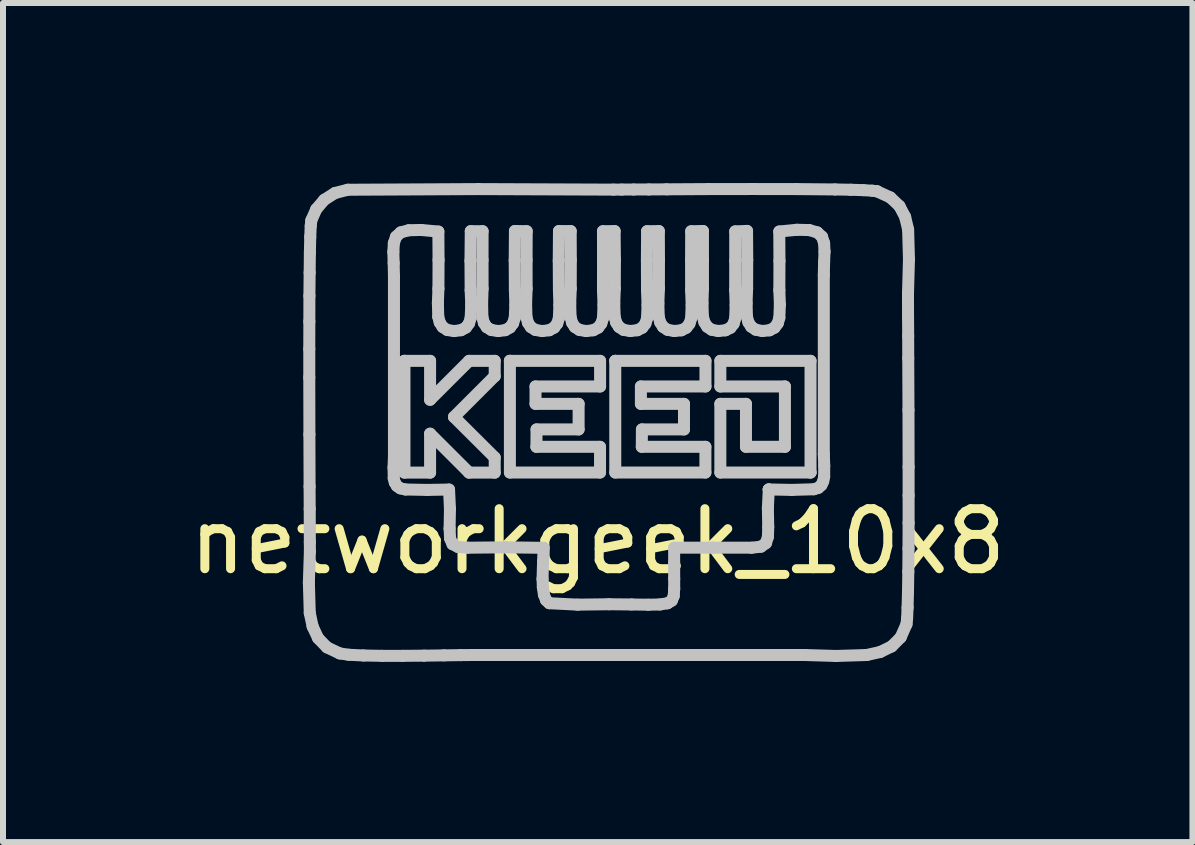
<source format=kicad_pcb>
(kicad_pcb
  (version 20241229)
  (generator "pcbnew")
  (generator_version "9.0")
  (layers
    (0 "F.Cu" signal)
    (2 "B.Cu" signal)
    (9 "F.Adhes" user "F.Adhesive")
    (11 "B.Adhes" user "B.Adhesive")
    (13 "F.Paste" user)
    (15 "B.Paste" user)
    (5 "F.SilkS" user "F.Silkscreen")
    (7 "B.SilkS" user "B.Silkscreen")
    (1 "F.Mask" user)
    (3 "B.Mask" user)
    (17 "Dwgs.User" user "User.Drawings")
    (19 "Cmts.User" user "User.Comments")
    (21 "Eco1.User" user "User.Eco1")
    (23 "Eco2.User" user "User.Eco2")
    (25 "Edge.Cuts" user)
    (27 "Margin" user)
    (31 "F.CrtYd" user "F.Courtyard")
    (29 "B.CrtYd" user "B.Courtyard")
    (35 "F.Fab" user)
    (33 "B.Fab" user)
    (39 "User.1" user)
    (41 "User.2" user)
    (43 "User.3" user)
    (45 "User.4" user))
  (footprint "networkgeek_10x8"
    (layer "F.Cu")
    (at 6.911 5.472)
    (property "Reference" "networkgeek_10x8" (at 0 0.5 0) (layer "F.SilkS") (effects (font (size 1 1) (thickness 0.15))))
    (attr through_hole)
    (fp_line (start -4.814 1.185) (end -4.797 0.665) (stroke (width 0.2) (type solid)) (layer "Dwgs.User"))
    (fp_line (start -4.807 -2.706) (end -4.806 -3.164) (stroke (width 0.2) (type solid)) (layer "Dwgs.User"))
    (fp_line (start -4.807 -2.231) (end -4.807 -2.706) (stroke (width 0.2) (type solid)) (layer "Dwgs.User"))
    (fp_line (start -4.806 -3.164) (end -4.805 -3.592) (stroke (width 0.2) (type solid)) (layer "Dwgs.User"))
    (fp_line (start -4.805 -1.281) (end -4.807 -2.231) (stroke (width 0.2) (type solid)) (layer "Dwgs.User"))
    (fp_line (start -4.805 -3.592) (end -4.801 -3.979) (stroke (width 0.2) (type solid)) (layer "Dwgs.User"))
    (fp_line (start -4.802 -0.415) (end -4.805 -1.281) (stroke (width 0.2) (type solid)) (layer "Dwgs.User"))
    (fp_line (start -4.801 -3.979) (end -4.797 -4.31) (stroke (width 0.2) (type solid)) (layer "Dwgs.User"))
    (fp_line (start -4.8 -0.044) (end -4.802 -0.415) (stroke (width 0.2) (type solid)) (layer "Dwgs.User"))
    (fp_line (start -4.799 1.693) (end -4.814 1.185) (stroke (width 0.2) (type solid)) (layer "Dwgs.User"))
    (fp_line (start -4.799 0.268) (end -4.8 -0.044) (stroke (width 0.2) (type solid)) (layer "Dwgs.User"))
    (fp_line (start -4.798 0.508) (end -4.799 0.268) (stroke (width 0.2) (type solid)) (layer "Dwgs.User"))
    (fp_line (start -4.797 0.665) (end -4.798 0.508) (stroke (width 0.2) (type solid)) (layer "Dwgs.User"))
    (fp_line (start -4.797 -4.31) (end -4.791 -4.574) (stroke (width 0.2) (type solid)) (layer "Dwgs.User"))
    (fp_line (start -4.791 -4.574) (end -4.783 -4.759) (stroke (width 0.2) (type solid)) (layer "Dwgs.User"))
    (fp_line (start -4.783 -4.759) (end -4.773 -4.85) (stroke (width 0.2) (type solid)) (layer "Dwgs.User"))
    (fp_line (start -4.773 -4.85) (end -4.691 -5.036) (stroke (width 0.2) (type solid)) (layer "Dwgs.User"))
    (fp_line (start -4.751 1.919) (end -4.799 1.693) (stroke (width 0.2) (type solid)) (layer "Dwgs.User"))
    (fp_line (start -4.691 -5.036) (end -4.557 -5.193) (stroke (width 0.2) (type solid)) (layer "Dwgs.User"))
    (fp_line (start -4.66 2.113) (end -4.751 1.919) (stroke (width 0.2) (type solid)) (layer "Dwgs.User"))
    (fp_line (start -4.557 -5.193) (end -4.378 -5.306) (stroke (width 0.2) (type solid)) (layer "Dwgs.User"))
    (fp_line (start -4.513 2.265) (end -4.66 2.113) (stroke (width 0.2) (type solid)) (layer "Dwgs.User"))
    (fp_line (start -4.378 -5.306) (end -4.165 -5.36) (stroke (width 0.2) (type solid)) (layer "Dwgs.User"))
    (fp_line (start -4.299 2.367) (end -4.513 2.265) (stroke (width 0.2) (type solid)) (layer "Dwgs.User"))
    (fp_line (start -4.165 -5.36) (end -1.992 -5.371) (stroke (width 0.2) (type solid)) (layer "Dwgs.User"))
    (fp_line (start -4.149 2.389) (end -4.299 2.367) (stroke (width 0.2) (type solid)) (layer "Dwgs.User"))
    (fp_line (start -3.904 2.401) (end -4.149 2.389) (stroke (width 0.2) (type solid)) (layer "Dwgs.User"))
    (fp_line (start -3.593 2.407) (end -3.904 2.401) (stroke (width 0.2) (type solid)) (layer "Dwgs.User"))
    (fp_line (start -3.406 -4.325) (end -3.398 -4.47) (stroke (width 0.2) (type solid)) (layer "Dwgs.User"))
    (fp_line (start -3.403 -0.731) (end -3.396 -0.929) (stroke (width 0.2) (type solid)) (layer "Dwgs.User"))
    (fp_line (start -3.401 -4.14) (end -3.406 -4.325) (stroke (width 0.2) (type solid)) (layer "Dwgs.User"))
    (fp_line (start -3.4 -0.554) (end -3.403 -0.731) (stroke (width 0.2) (type solid)) (layer "Dwgs.User"))
    (fp_line (start -3.398 -4.47) (end -3.362 -4.577) (stroke (width 0.2) (type solid)) (layer "Dwgs.User"))
    (fp_line (start -3.396 -3.913) (end -3.401 -4.14) (stroke (width 0.2) (type solid)) (layer "Dwgs.User"))
    (fp_line (start -3.396 -0.929) (end -3.396 -3.913) (stroke (width 0.2) (type solid)) (layer "Dwgs.User"))
    (fp_line (start -3.382 -0.482) (end -3.4 -0.554) (stroke (width 0.2) (type solid)) (layer "Dwgs.User"))
    (fp_line (start -3.362 -4.577) (end -3.284 -4.649) (stroke (width 0.2) (type solid)) (layer "Dwgs.User"))
    (fp_line (start -3.347 -0.424) (end -3.382 -0.482) (stroke (width 0.2) (type solid)) (layer "Dwgs.User"))
    (fp_line (start -3.29 -0.384) (end -3.347 -0.424) (stroke (width 0.2) (type solid)) (layer "Dwgs.User"))
    (fp_line (start -3.284 -4.649) (end -3.15 -4.685) (stroke (width 0.2) (type solid)) (layer "Dwgs.User"))
    (fp_line (start -3.247 2.407) (end -3.593 2.407) (stroke (width 0.2) (type solid)) (layer "Dwgs.User"))
    (fp_line (start -3.221 -2.509) (end -3.221 -2.509) (stroke (width 0.2) (type solid)) (layer "Dwgs.User"))
    (fp_line (start -3.221 -2.509) (end -2.794 -2.509) (stroke (width 0.2) (type solid)) (layer "Dwgs.User"))
    (fp_line (start -3.221 -0.646) (end -3.221 -2.509) (stroke (width 0.2) (type solid)) (layer "Dwgs.User"))
    (fp_line (start -3.205 -0.365) (end -3.29 -0.384) (stroke (width 0.2) (type solid)) (layer "Dwgs.User"))
    (fp_line (start -3.15 -4.685) (end -2.945 -4.69) (stroke (width 0.2) (type solid)) (layer "Dwgs.User"))
    (fp_line (start -2.945 -4.69) (end -2.656 -4.663) (stroke (width 0.2) (type solid)) (layer "Dwgs.User"))
    (fp_line (start -2.894 2.404) (end -3.247 2.407) (stroke (width 0.2) (type solid)) (layer "Dwgs.User"))
    (fp_line (start -2.845 -0.358) (end -3.205 -0.365) (stroke (width 0.2) (type solid)) (layer "Dwgs.User"))
    (fp_line (start -2.794 -2.509) (end -2.794 -1.86) (stroke (width 0.2) (type solid)) (layer "Dwgs.User"))
    (fp_line (start -2.794 -1.86) (end -2.144 -2.509) (stroke (width 0.2) (type solid)) (layer "Dwgs.User"))
    (fp_line (start -2.794 -1.295) (end -2.794 -0.646) (stroke (width 0.2) (type solid)) (layer "Dwgs.User"))
    (fp_line (start -2.794 -0.646) (end -3.221 -0.646) (stroke (width 0.2) (type solid)) (layer "Dwgs.User"))
    (fp_line (start -2.664 -3.473) (end -2.658 -3.244) (stroke (width 0.2) (type solid)) (layer "Dwgs.User"))
    (fp_line (start -2.658 -3.244) (end -2.633 -3.148) (stroke (width 0.2) (type solid)) (layer "Dwgs.User"))
    (fp_line (start -2.656 -4.663) (end -2.653 -4.187) (stroke (width 0.2) (type solid)) (layer "Dwgs.User"))
    (fp_line (start -2.655 -3.711) (end -2.664 -3.473) (stroke (width 0.2) (type solid)) (layer "Dwgs.User"))
    (fp_line (start -2.653 -4.187) (end -2.655 -3.711) (stroke (width 0.2) (type solid)) (layer "Dwgs.User"))
    (fp_line (start -2.633 -3.148) (end -2.585 -3.073) (stroke (width 0.2) (type solid)) (layer "Dwgs.User"))
    (fp_line (start -2.585 -3.073) (end -2.507 -3.023) (stroke (width 0.2) (type solid)) (layer "Dwgs.User"))
    (fp_line (start -2.563 2.399) (end -2.894 2.404) (stroke (width 0.2) (type solid)) (layer "Dwgs.User"))
    (fp_line (start -2.507 -3.023) (end -2.394 -3.005) (stroke (width 0.2) (type solid)) (layer "Dwgs.User"))
    (fp_line (start -2.478 -0.364) (end -2.845 -0.358) (stroke (width 0.2) (type solid)) (layer "Dwgs.User"))
    (fp_line (start -2.469 0.286) (end -2.463 -0.044) (stroke (width 0.2) (type solid)) (layer "Dwgs.User"))
    (fp_line (start -2.463 -0.044) (end -2.478 -0.364) (stroke (width 0.2) (type solid)) (layer "Dwgs.User"))
    (fp_line (start -2.461 0.449) (end -2.469 0.286) (stroke (width 0.2) (type solid)) (layer "Dwgs.User"))
    (fp_line (start -2.42 0.546) (end -2.461 0.449) (stroke (width 0.2) (type solid)) (layer "Dwgs.User"))
    (fp_line (start -2.396 -1.574) (end -1.717 -0.898) (stroke (width 0.2) (type solid)) (layer "Dwgs.User"))
    (fp_line (start -2.394 -3.005) (end -2.277 -3.02) (stroke (width 0.2) (type solid)) (layer "Dwgs.User"))
    (fp_line (start -2.329 0.593) (end -2.42 0.546) (stroke (width 0.2) (type solid)) (layer "Dwgs.User"))
    (fp_line (start -2.286 2.395) (end -2.563 2.399) (stroke (width 0.2) (type solid)) (layer "Dwgs.User"))
    (fp_line (start -2.277 -3.02) (end -2.196 -3.064) (stroke (width 0.2) (type solid)) (layer "Dwgs.User"))
    (fp_line (start -2.196 -3.064) (end -2.145 -3.133) (stroke (width 0.2) (type solid)) (layer "Dwgs.User"))
    (fp_line (start -2.167 0.605) (end -2.329 0.593) (stroke (width 0.2) (type solid)) (layer "Dwgs.User"))
    (fp_line (start -2.145 -3.133) (end -2.118 -3.222) (stroke (width 0.2) (type solid)) (layer "Dwgs.User"))
    (fp_line (start -2.144 -2.509) (end -1.717 -2.509) (stroke (width 0.2) (type solid)) (layer "Dwgs.User"))
    (fp_line (start -2.144 -0.646) (end -2.794 -1.295) (stroke (width 0.2) (type solid)) (layer "Dwgs.User"))
    (fp_line (start -2.121 -4.177) (end -2.116 -4.67) (stroke (width 0.2) (type solid)) (layer "Dwgs.User"))
    (fp_line (start -2.118 -3.686) (end -2.121 -4.177) (stroke (width 0.2) (type solid)) (layer "Dwgs.User"))
    (fp_line (start -2.118 -3.222) (end -2.108 -3.441) (stroke (width 0.2) (type solid)) (layer "Dwgs.User"))
    (fp_line (start -2.116 -4.67) (end -1.919 -4.669) (stroke (width 0.2) (type solid)) (layer "Dwgs.User"))
    (fp_line (start -2.108 -3.441) (end -2.118 -3.686) (stroke (width 0.2) (type solid)) (layer "Dwgs.User"))
    (fp_line (start -2.09 2.393) (end -2.286 2.395) (stroke (width 0.2) (type solid)) (layer "Dwgs.User"))
    (fp_line (start -1.992 -5.371) (end 0.262 -5.362) (stroke (width 0.2) (type solid)) (layer "Dwgs.User"))
    (fp_line (start -1.927 -3.46) (end -1.922 -3.234) (stroke (width 0.2) (type solid)) (layer "Dwgs.User"))
    (fp_line (start -1.922 -3.234) (end -1.898 -3.142) (stroke (width 0.2) (type solid)) (layer "Dwgs.User"))
    (fp_line (start -1.92 -4.189) (end -1.919 -3.712) (stroke (width 0.2) (type solid)) (layer "Dwgs.User"))
    (fp_line (start -1.919 -3.712) (end -1.927 -3.46) (stroke (width 0.2) (type solid)) (layer "Dwgs.User"))
    (fp_line (start -1.919 -4.669) (end -1.92 -4.189) (stroke (width 0.2) (type solid)) (layer "Dwgs.User"))
    (fp_line (start -1.898 -3.142) (end -1.85 -3.07) (stroke (width 0.2) (type solid)) (layer "Dwgs.User"))
    (fp_line (start -1.85 -3.07) (end -1.773 -3.023) (stroke (width 0.2) (type solid)) (layer "Dwgs.User"))
    (fp_line (start -1.773 -3.023) (end -1.659 -3.005) (stroke (width 0.2) (type solid)) (layer "Dwgs.User"))
    (fp_line (start -1.717 -2.509) (end -1.717 -2.253) (stroke (width 0.2) (type solid)) (layer "Dwgs.User"))
    (fp_line (start -1.717 -2.253) (end -2.396 -1.574) (stroke (width 0.2) (type solid)) (layer "Dwgs.User"))
    (fp_line (start -1.717 -0.898) (end -1.717 -0.646) (stroke (width 0.2) (type solid)) (layer "Dwgs.User"))
    (fp_line (start -1.717 -0.646) (end -2.144 -0.646) (stroke (width 0.2) (type solid)) (layer "Dwgs.User"))
    (fp_line (start -1.659 -3.005) (end -1.542 -3.02) (stroke (width 0.2) (type solid)) (layer "Dwgs.User"))
    (fp_line (start -1.542 -3.02) (end -1.462 -3.065) (stroke (width 0.2) (type solid)) (layer "Dwgs.User"))
    (fp_line (start -1.534 0.599) (end -2.167 0.605) (stroke (width 0.2) (type solid)) (layer "Dwgs.User"))
    (fp_line (start -1.464 -0.648) (end -1.464 -2.509) (stroke (width 0.2) (type solid)) (layer "Dwgs.User"))
    (fp_line (start -1.464 -2.509) (end -1.464 -2.509) (stroke (width 0.2) (type solid)) (layer "Dwgs.User"))
    (fp_line (start -1.464 -2.509) (end 0.039 -2.509) (stroke (width 0.2) (type solid)) (layer "Dwgs.User"))
    (fp_line (start -1.462 -3.065) (end -1.411 -3.134) (stroke (width 0.2) (type solid)) (layer "Dwgs.User"))
    (fp_line (start -1.411 -3.134) (end -1.383 -3.224) (stroke (width 0.2) (type solid)) (layer "Dwgs.User"))
    (fp_line (start -1.384 -4.18) (end -1.38 -4.673) (stroke (width 0.2) (type solid)) (layer "Dwgs.User"))
    (fp_line (start -1.383 -3.224) (end -1.373 -3.444) (stroke (width 0.2) (type solid)) (layer "Dwgs.User"))
    (fp_line (start -1.381 -3.686) (end -1.384 -4.18) (stroke (width 0.2) (type solid)) (layer "Dwgs.User"))
    (fp_line (start -1.38 -4.673) (end -1.184 -4.669) (stroke (width 0.2) (type solid)) (layer "Dwgs.User"))
    (fp_line (start -1.373 -3.444) (end -1.381 -3.686) (stroke (width 0.2) (type solid)) (layer "Dwgs.User"))
    (fp_line (start -1.194 -3.463) (end -1.188 -3.237) (stroke (width 0.2) (type solid)) (layer "Dwgs.User"))
    (fp_line (start -1.188 -3.237) (end -1.163 -3.144) (stroke (width 0.2) (type solid)) (layer "Dwgs.User"))
    (fp_line (start -1.186 -4.19) (end -1.185 -3.712) (stroke (width 0.2) (type solid)) (layer "Dwgs.User"))
    (fp_line (start -1.185 -3.712) (end -1.194 -3.463) (stroke (width 0.2) (type solid)) (layer "Dwgs.User"))
    (fp_line (start -1.184 -4.669) (end -1.186 -4.19) (stroke (width 0.2) (type solid)) (layer "Dwgs.User"))
    (fp_line (start -1.163 -3.144) (end -1.116 -3.072) (stroke (width 0.2) (type solid)) (layer "Dwgs.User"))
    (fp_line (start -1.116 -3.072) (end -1.039 -3.024) (stroke (width 0.2) (type solid)) (layer "Dwgs.User"))
    (fp_line (start -1.039 -3.024) (end -0.927 -3.005) (stroke (width 0.2) (type solid)) (layer "Dwgs.User"))
    (fp_line (start -1.037 -2.082) (end -1.037 -1.792) (stroke (width 0.2) (type solid)) (layer "Dwgs.User"))
    (fp_line (start -1.037 -1.792) (end -0.319 -1.792) (stroke (width 0.2) (type solid)) (layer "Dwgs.User"))
    (fp_line (start -1.022 -1.076) (end 0.038 -1.076) (stroke (width 0.2) (type solid)) (layer "Dwgs.User"))
    (fp_line (start -1.02 -1.366) (end -1.022 -1.076) (stroke (width 0.2) (type solid)) (layer "Dwgs.User"))
    (fp_line (start -0.927 -3.005) (end -0.808 -3.019) (stroke (width 0.2) (type solid)) (layer "Dwgs.User"))
    (fp_line (start -0.92 1.126) (end -0.911 0.837) (stroke (width 0.2) (type solid)) (layer "Dwgs.User"))
    (fp_line (start -0.915 1.265) (end -0.92 1.126) (stroke (width 0.2) (type solid)) (layer "Dwgs.User"))
    (fp_line (start -0.911 0.837) (end -0.902 0.607) (stroke (width 0.2) (type solid)) (layer "Dwgs.User"))
    (fp_line (start -0.902 0.607) (end -1.534 0.599) (stroke (width 0.2) (type solid)) (layer "Dwgs.User"))
    (fp_line (start -0.897 1.387) (end -0.915 1.265) (stroke (width 0.2) (type solid)) (layer "Dwgs.User"))
    (fp_line (start -0.862 1.479) (end -0.897 1.387) (stroke (width 0.2) (type solid)) (layer "Dwgs.User"))
    (fp_line (start -0.808 -3.019) (end -0.726 -3.063) (stroke (width 0.2) (type solid)) (layer "Dwgs.User"))
    (fp_line (start -0.807 1.53) (end -0.862 1.479) (stroke (width 0.2) (type solid)) (layer "Dwgs.User"))
    (fp_line (start -0.726 -3.063) (end -0.675 -3.131) (stroke (width 0.2) (type solid)) (layer "Dwgs.User"))
    (fp_line (start -0.675 -3.131) (end -0.648 -3.22) (stroke (width 0.2) (type solid)) (layer "Dwgs.User"))
    (fp_line (start -0.65 -4.179) (end -0.646 -4.672) (stroke (width 0.2) (type solid)) (layer "Dwgs.User"))
    (fp_line (start -0.648 -3.22) (end -0.639 -3.44) (stroke (width 0.2) (type solid)) (layer "Dwgs.User"))
    (fp_line (start -0.647 -3.686) (end -0.65 -4.179) (stroke (width 0.2) (type solid)) (layer "Dwgs.User"))
    (fp_line (start -0.646 -4.672) (end -0.451 -4.671) (stroke (width 0.2) (type solid)) (layer "Dwgs.User"))
    (fp_line (start -0.639 -3.44) (end -0.647 -3.686) (stroke (width 0.2) (type solid)) (layer "Dwgs.User"))
    (fp_line (start -0.459 -3.464) (end -0.453 -3.239) (stroke (width 0.2) (type solid)) (layer "Dwgs.User"))
    (fp_line (start -0.453 -3.239) (end -0.429 -3.146) (stroke (width 0.2) (type solid)) (layer "Dwgs.User"))
    (fp_line (start -0.451 -4.671) (end -0.449 -4.191) (stroke (width 0.2) (type solid)) (layer "Dwgs.User"))
    (fp_line (start -0.45 -3.712) (end -0.459 -3.464) (stroke (width 0.2) (type solid)) (layer "Dwgs.User"))
    (fp_line (start -0.449 -4.191) (end -0.45 -3.712) (stroke (width 0.2) (type solid)) (layer "Dwgs.User"))
    (fp_line (start -0.429 -3.146) (end -0.382 -3.073) (stroke (width 0.2) (type solid)) (layer "Dwgs.User"))
    (fp_line (start -0.382 -3.073) (end -0.305 -3.024) (stroke (width 0.2) (type solid)) (layer "Dwgs.User"))
    (fp_line (start -0.335 1.554) (end -0.807 1.53) (stroke (width 0.2) (type solid)) (layer "Dwgs.User"))
    (fp_line (start -0.319 -1.792) (end -0.319 -1.366) (stroke (width 0.2) (type solid)) (layer "Dwgs.User"))
    (fp_line (start -0.319 -1.366) (end -1.02 -1.366) (stroke (width 0.2) (type solid)) (layer "Dwgs.User"))
    (fp_line (start -0.305 -3.024) (end -0.193 -3.005) (stroke (width 0.2) (type solid)) (layer "Dwgs.User"))
    (fp_line (start -0.193 -3.005) (end -0.074 -3.019) (stroke (width 0.2) (type solid)) (layer "Dwgs.User"))
    (fp_line (start -0.074 -3.019) (end 0.008 -3.062) (stroke (width 0.2) (type solid)) (layer "Dwgs.User"))
    (fp_line (start 0.008 -3.062) (end 0.059 -3.13) (stroke (width 0.2) (type solid)) (layer "Dwgs.User"))
    (fp_line (start 0.038 -1.076) (end 0.038 -0.648) (stroke (width 0.2) (type solid)) (layer "Dwgs.User"))
    (fp_line (start 0.038 -0.648) (end -1.464 -0.648) (stroke (width 0.2) (type solid)) (layer "Dwgs.User"))
    (fp_line (start 0.039 -2.509) (end 0.039 -2.082) (stroke (width 0.2) (type solid)) (layer "Dwgs.User"))
    (fp_line (start 0.039 -2.082) (end -1.037 -2.082) (stroke (width 0.2) (type solid)) (layer "Dwgs.User"))
    (fp_line (start 0.059 -3.13) (end 0.087 -3.219) (stroke (width 0.2) (type solid)) (layer "Dwgs.User"))
    (fp_line (start 0.087 -4.669) (end 0.281 -4.671) (stroke (width 0.2) (type solid)) (layer "Dwgs.User"))
    (fp_line (start 0.087 -3.219) (end 0.096 -3.44) (stroke (width 0.2) (type solid)) (layer "Dwgs.User"))
    (fp_line (start 0.087 -3.686) (end 0.088 -4.178) (stroke (width 0.2) (type solid)) (layer "Dwgs.User"))
    (fp_line (start 0.088 -4.178) (end 0.087 -4.669) (stroke (width 0.2) (type solid)) (layer "Dwgs.User"))
    (fp_line (start 0.096 -3.44) (end 0.087 -3.686) (stroke (width 0.2) (type solid)) (layer "Dwgs.User"))
    (fp_line (start 0.186 1.547) (end -0.335 1.554) (stroke (width 0.2) (type solid)) (layer "Dwgs.User"))
    (fp_line (start 0.262 -5.362) (end 0.399 -5.363) (stroke (width 0.2) (type solid)) (layer "Dwgs.User"))
    (fp_line (start 0.275 -3.466) (end 0.282 -3.24) (stroke (width 0.2) (type solid)) (layer "Dwgs.User"))
    (fp_line (start 0.281 -4.671) (end 0.286 -4.191) (stroke (width 0.2) (type solid)) (layer "Dwgs.User"))
    (fp_line (start 0.282 -3.24) (end 0.307 -3.147) (stroke (width 0.2) (type solid)) (layer "Dwgs.User"))
    (fp_line (start 0.284 -3.712) (end 0.275 -3.466) (stroke (width 0.2) (type solid)) (layer "Dwgs.User"))
    (fp_line (start 0.286 -4.191) (end 0.284 -3.712) (stroke (width 0.2) (type solid)) (layer "Dwgs.User"))
    (fp_line (start 0.292 -0.648) (end 0.292 -2.509) (stroke (width 0.2) (type solid)) (layer "Dwgs.User"))
    (fp_line (start 0.292 -2.509) (end 0.292 -2.509) (stroke (width 0.2) (type solid)) (layer "Dwgs.User"))
    (fp_line (start 0.292 -2.509) (end 1.795 -2.509) (stroke (width 0.2) (type solid)) (layer "Dwgs.User"))
    (fp_line (start 0.307 -3.147) (end 0.354 -3.074) (stroke (width 0.2) (type solid)) (layer "Dwgs.User"))
    (fp_line (start 0.354 -3.074) (end 0.43 -3.025) (stroke (width 0.2) (type solid)) (layer "Dwgs.User"))
    (fp_line (start 0.399 -5.363) (end 0.598 -5.364) (stroke (width 0.2) (type solid)) (layer "Dwgs.User"))
    (fp_line (start 0.43 -3.025) (end 0.54 -3.006) (stroke (width 0.2) (type solid)) (layer "Dwgs.User"))
    (fp_line (start 0.54 -3.006) (end 0.66 -3.019) (stroke (width 0.2) (type solid)) (layer "Dwgs.User"))
    (fp_line (start 0.563 1.551) (end 0.186 1.547) (stroke (width 0.2) (type solid)) (layer "Dwgs.User"))
    (fp_line (start 0.598 -5.364) (end 0.851 -5.365) (stroke (width 0.2) (type solid)) (layer "Dwgs.User"))
    (fp_line (start 0.66 -3.019) (end 0.742 -3.061) (stroke (width 0.2) (type solid)) (layer "Dwgs.User"))
    (fp_line (start 0.719 -2.082) (end 0.719 -1.792) (stroke (width 0.2) (type solid)) (layer "Dwgs.User"))
    (fp_line (start 0.719 -1.792) (end 1.437 -1.792) (stroke (width 0.2) (type solid)) (layer "Dwgs.User"))
    (fp_line (start 0.734 -1.076) (end 1.794 -1.076) (stroke (width 0.2) (type solid)) (layer "Dwgs.User"))
    (fp_line (start 0.736 -1.366) (end 0.734 -1.076) (stroke (width 0.2) (type solid)) (layer "Dwgs.User"))
    (fp_line (start 0.742 -3.061) (end 0.794 -3.129) (stroke (width 0.2) (type solid)) (layer "Dwgs.User"))
    (fp_line (start 0.794 -3.129) (end 0.821 -3.217) (stroke (width 0.2) (type solid)) (layer "Dwgs.User"))
    (fp_line (start 0.819 -4.178) (end 0.822 -4.669) (stroke (width 0.2) (type solid)) (layer "Dwgs.User"))
    (fp_line (start 0.821 -3.687) (end 0.819 -4.178) (stroke (width 0.2) (type solid)) (layer "Dwgs.User"))
    (fp_line (start 0.821 -3.217) (end 0.83 -3.438) (stroke (width 0.2) (type solid)) (layer "Dwgs.User"))
    (fp_line (start 0.822 -4.669) (end 1.018 -4.671) (stroke (width 0.2) (type solid)) (layer "Dwgs.User"))
    (fp_line (start 0.83 -3.438) (end 0.821 -3.687) (stroke (width 0.2) (type solid)) (layer "Dwgs.User"))
    (fp_line (start 0.842 1.555) (end 0.563 1.551) (stroke (width 0.2) (type solid)) (layer "Dwgs.User"))
    (fp_line (start 0.851 -5.365) (end 1.148 -5.367) (stroke (width 0.2) (type solid)) (layer "Dwgs.User"))
    (fp_line (start 1.01 -3.467) (end 1.016 -3.242) (stroke (width 0.2) (type solid)) (layer "Dwgs.User"))
    (fp_line (start 1.016 -3.242) (end 1.041 -3.149) (stroke (width 0.2) (type solid)) (layer "Dwgs.User"))
    (fp_line (start 1.018 -4.671) (end 1.02 -4.192) (stroke (width 0.2) (type solid)) (layer "Dwgs.User"))
    (fp_line (start 1.019 -3.712) (end 1.01 -3.467) (stroke (width 0.2) (type solid)) (layer "Dwgs.User"))
    (fp_line (start 1.02 -4.192) (end 1.019 -3.712) (stroke (width 0.2) (type solid)) (layer "Dwgs.User"))
    (fp_line (start 1.036 1.551) (end 0.842 1.555) (stroke (width 0.2) (type solid)) (layer "Dwgs.User"))
    (fp_line (start 1.041 -3.149) (end 1.088 -3.075) (stroke (width 0.2) (type solid)) (layer "Dwgs.User"))
    (fp_line (start 1.088 -3.075) (end 1.163 -3.026) (stroke (width 0.2) (type solid)) (layer "Dwgs.User"))
    (fp_line (start 1.148 -5.367) (end 1.834 -5.371) (stroke (width 0.2) (type solid)) (layer "Dwgs.User"))
    (fp_line (start 1.162 1.531) (end 1.036 1.551) (stroke (width 0.2) (type solid)) (layer "Dwgs.User"))
    (fp_line (start 1.163 -3.026) (end 1.274 -3.006) (stroke (width 0.2) (type solid)) (layer "Dwgs.User"))
    (fp_line (start 1.234 1.487) (end 1.162 1.531) (stroke (width 0.2) (type solid)) (layer "Dwgs.User"))
    (fp_line (start 1.266 1.409) (end 1.234 1.487) (stroke (width 0.2) (type solid)) (layer "Dwgs.User"))
    (fp_line (start 1.273 0.605) (end 1.273 0.863) (stroke (width 0.2) (type solid)) (layer "Dwgs.User"))
    (fp_line (start 1.273 0.863) (end 1.274 1.12) (stroke (width 0.2) (type solid)) (layer "Dwgs.User"))
    (fp_line (start 1.274 1.12) (end 1.274 1.289) (stroke (width 0.2) (type solid)) (layer "Dwgs.User"))
    (fp_line (start 1.274 -3.006) (end 1.394 -3.018) (stroke (width 0.2) (type solid)) (layer "Dwgs.User"))
    (fp_line (start 1.274 1.289) (end 1.266 1.409) (stroke (width 0.2) (type solid)) (layer "Dwgs.User"))
    (fp_line (start 1.394 -3.018) (end 1.476 -3.06) (stroke (width 0.2) (type solid)) (layer "Dwgs.User"))
    (fp_line (start 1.437 -1.792) (end 1.437 -1.366) (stroke (width 0.2) (type solid)) (layer "Dwgs.User"))
    (fp_line (start 1.437 -1.366) (end 0.736 -1.366) (stroke (width 0.2) (type solid)) (layer "Dwgs.User"))
    (fp_line (start 1.476 -3.06) (end 1.528 -3.127) (stroke (width 0.2) (type solid)) (layer "Dwgs.User"))
    (fp_line (start 1.528 -3.127) (end 1.556 -3.216) (stroke (width 0.2) (type solid)) (layer "Dwgs.User"))
    (fp_line (start 1.555 -4.177) (end 1.557 -4.668) (stroke (width 0.2) (type solid)) (layer "Dwgs.User"))
    (fp_line (start 1.556 -3.216) (end 1.565 -3.437) (stroke (width 0.2) (type solid)) (layer "Dwgs.User"))
    (fp_line (start 1.556 -3.687) (end 1.555 -4.177) (stroke (width 0.2) (type solid)) (layer "Dwgs.User"))
    (fp_line (start 1.557 -4.668) (end 1.753 -4.673) (stroke (width 0.2) (type solid)) (layer "Dwgs.User"))
    (fp_line (start 1.565 -3.437) (end 1.556 -3.687) (stroke (width 0.2) (type solid)) (layer "Dwgs.User"))
    (fp_line (start 1.745 -3.471) (end 1.752 -3.246) (stroke (width 0.2) (type solid)) (layer "Dwgs.User"))
    (fp_line (start 1.752 -3.246) (end 1.777 -3.152) (stroke (width 0.2) (type solid)) (layer "Dwgs.User"))
    (fp_line (start 1.753 -4.192) (end 1.753 -3.712) (stroke (width 0.2) (type solid)) (layer "Dwgs.User"))
    (fp_line (start 1.753 -3.712) (end 1.745 -3.471) (stroke (width 0.2) (type solid)) (layer "Dwgs.User"))
    (fp_line (start 1.753 -4.673) (end 1.753 -4.192) (stroke (width 0.2) (type solid)) (layer "Dwgs.User"))
    (fp_line (start 1.777 -3.152) (end 1.824 -3.077) (stroke (width 0.2) (type solid)) (layer "Dwgs.User"))
    (fp_line (start 1.794 -1.076) (end 1.794 -0.648) (stroke (width 0.2) (type solid)) (layer "Dwgs.User"))
    (fp_line (start 1.794 -0.648) (end 0.292 -0.648) (stroke (width 0.2) (type solid)) (layer "Dwgs.User"))
    (fp_line (start 1.795 -2.509) (end 1.795 -2.082) (stroke (width 0.2) (type solid)) (layer "Dwgs.User"))
    (fp_line (start 1.795 -2.082) (end 0.719 -2.082) (stroke (width 0.2) (type solid)) (layer "Dwgs.User"))
    (fp_line (start 1.824 -3.077) (end 1.898 -3.027) (stroke (width 0.2) (type solid)) (layer "Dwgs.User"))
    (fp_line (start 1.834 -5.371) (end 2.581 -5.372) (stroke (width 0.2) (type solid)) (layer "Dwgs.User"))
    (fp_line (start 1.898 -3.027) (end 2.007 -3.006) (stroke (width 0.2) (type solid)) (layer "Dwgs.User"))
    (fp_line (start 1.919 0.604) (end 1.273 0.605) (stroke (width 0.2) (type solid)) (layer "Dwgs.User"))
    (fp_line (start 2.007 -3.006) (end 2.129 -3.018) (stroke (width 0.2) (type solid)) (layer "Dwgs.User"))
    (fp_line (start 2.043 -2.509) (end 3.546 -2.509) (stroke (width 0.2) (type solid)) (layer "Dwgs.User"))
    (fp_line (start 2.043 -2.082) (end 2.043 -2.509) (stroke (width 0.2) (type solid)) (layer "Dwgs.User"))
    (fp_line (start 2.043 -1.792) (end 2.47 -1.792) (stroke (width 0.2) (type solid)) (layer "Dwgs.User"))
    (fp_line (start 2.043 -0.648) (end 2.043 -1.792) (stroke (width 0.2) (type solid)) (layer "Dwgs.User"))
    (fp_line (start 2.129 -3.018) (end 2.212 -3.06) (stroke (width 0.2) (type solid)) (layer "Dwgs.User"))
    (fp_line (start 2.212 -3.06) (end 2.264 -3.127) (stroke (width 0.2) (type solid)) (layer "Dwgs.User"))
    (fp_line (start 2.264 -3.127) (end 2.29 -3.216) (stroke (width 0.2) (type solid)) (layer "Dwgs.User"))
    (fp_line (start 2.29 -3.687) (end 2.291 -4.176) (stroke (width 0.2) (type solid)) (layer "Dwgs.User"))
    (fp_line (start 2.29 -3.216) (end 2.298 -3.436) (stroke (width 0.2) (type solid)) (layer "Dwgs.User"))
    (fp_line (start 2.291 -4.666) (end 2.488 -4.674) (stroke (width 0.2) (type solid)) (layer "Dwgs.User"))
    (fp_line (start 2.291 -4.176) (end 2.291 -4.666) (stroke (width 0.2) (type solid)) (layer "Dwgs.User"))
    (fp_line (start 2.298 -3.436) (end 2.29 -3.687) (stroke (width 0.2) (type solid)) (layer "Dwgs.User"))
    (fp_line (start 2.47 -1.792) (end 2.47 -1.076) (stroke (width 0.2) (type solid)) (layer "Dwgs.User"))
    (fp_line (start 2.47 -1.076) (end 3.119 -1.076) (stroke (width 0.2) (type solid)) (layer "Dwgs.User"))
    (fp_line (start 2.48 -3.47) (end 2.486 -3.245) (stroke (width 0.2) (type solid)) (layer "Dwgs.User"))
    (fp_line (start 2.486 -3.245) (end 2.51 -3.152) (stroke (width 0.2) (type solid)) (layer "Dwgs.User"))
    (fp_line (start 2.488 -4.674) (end 2.491 -4.192) (stroke (width 0.2) (type solid)) (layer "Dwgs.User"))
    (fp_line (start 2.489 -3.713) (end 2.48 -3.47) (stroke (width 0.2) (type solid)) (layer "Dwgs.User"))
    (fp_line (start 2.491 -4.192) (end 2.489 -3.713) (stroke (width 0.2) (type solid)) (layer "Dwgs.User"))
    (fp_line (start 2.51 -3.152) (end 2.557 -3.078) (stroke (width 0.2) (type solid)) (layer "Dwgs.User"))
    (fp_line (start 2.557 -3.078) (end 2.632 -3.028) (stroke (width 0.2) (type solid)) (layer "Dwgs.User"))
    (fp_line (start 2.565 0.605) (end 1.919 0.604) (stroke (width 0.2) (type solid)) (layer "Dwgs.User"))
    (fp_line (start 2.581 -5.372) (end 3.313 -5.371) (stroke (width 0.2) (type solid)) (layer "Dwgs.User"))
    (fp_line (start 2.632 -3.028) (end 2.741 -3.006) (stroke (width 0.2) (type solid)) (layer "Dwgs.User"))
    (fp_line (start 2.72 0.588) (end 2.565 0.605) (stroke (width 0.2) (type solid)) (layer "Dwgs.User"))
    (fp_line (start 2.741 -3.006) (end 2.863 -3.018) (stroke (width 0.2) (type solid)) (layer "Dwgs.User"))
    (fp_line (start 2.803 0.529) (end 2.72 0.588) (stroke (width 0.2) (type solid)) (layer "Dwgs.User"))
    (fp_line (start 2.835 -0.056) (end 2.841 0.26) (stroke (width 0.2) (type solid)) (layer "Dwgs.User"))
    (fp_line (start 2.836 0.423) (end 2.803 0.529) (stroke (width 0.2) (type solid)) (layer "Dwgs.User"))
    (fp_line (start 2.841 0.26) (end 2.836 0.423) (stroke (width 0.2) (type solid)) (layer "Dwgs.User"))
    (fp_line (start 2.849 -0.366) (end 2.85 -0.364) (stroke (width 0.2) (type solid)) (layer "Dwgs.User"))
    (fp_line (start 2.85 -0.364) (end 2.835 -0.056) (stroke (width 0.2) (type solid)) (layer "Dwgs.User"))
    (fp_line (start 2.85 -0.364) (end 2.85 -0.364) (stroke (width 0.2) (type solid)) (layer "Dwgs.User"))
    (fp_line (start 2.863 -3.018) (end 2.946 -3.062) (stroke (width 0.2) (type solid)) (layer "Dwgs.User"))
    (fp_line (start 2.946 -3.062) (end 2.999 -3.133) (stroke (width 0.2) (type solid)) (layer "Dwgs.User"))
    (fp_line (start 2.999 -3.133) (end 3.026 -3.225) (stroke (width 0.2) (type solid)) (layer "Dwgs.User"))
    (fp_line (start 3.025 -4.664) (end 3.318 -4.693) (stroke (width 0.2) (type solid)) (layer "Dwgs.User"))
    (fp_line (start 3.026 -3.687) (end 3.028 -4.176) (stroke (width 0.2) (type solid)) (layer "Dwgs.User"))
    (fp_line (start 3.026 -3.225) (end 3.035 -3.448) (stroke (width 0.2) (type solid)) (layer "Dwgs.User"))
    (fp_line (start 3.028 -4.176) (end 3.025 -4.664) (stroke (width 0.2) (type solid)) (layer "Dwgs.User"))
    (fp_line (start 3.035 -3.448) (end 3.026 -3.687) (stroke (width 0.2) (type solid)) (layer "Dwgs.User"))
    (fp_line (start 3.119 -2.082) (end 2.043 -2.082) (stroke (width 0.2) (type solid)) (layer "Dwgs.User"))
    (fp_line (start 3.119 -1.076) (end 3.119 -2.082) (stroke (width 0.2) (type solid)) (layer "Dwgs.User"))
    (fp_line (start 3.232 -0.358) (end 2.849 -0.366) (stroke (width 0.2) (type solid)) (layer "Dwgs.User"))
    (fp_line (start 3.313 -5.371) (end 3.953 -5.365) (stroke (width 0.2) (type solid)) (layer "Dwgs.User"))
    (fp_line (start 3.318 -4.693) (end 3.524 -4.688) (stroke (width 0.2) (type solid)) (layer "Dwgs.User"))
    (fp_line (start 3.449 2.393) (end -2.09 2.393) (stroke (width 0.2) (type solid)) (layer "Dwgs.User"))
    (fp_line (start 3.524 -4.688) (end 3.659 -4.649) (stroke (width 0.2) (type solid)) (layer "Dwgs.User"))
    (fp_line (start 3.546 -2.509) (end 3.546 -0.648) (stroke (width 0.2) (type solid)) (layer "Dwgs.User"))
    (fp_line (start 3.546 -0.648) (end 2.043 -0.648) (stroke (width 0.2) (type solid)) (layer "Dwgs.User"))
    (fp_line (start 3.546 -0.648) (end 3.546 -0.648) (stroke (width 0.2) (type solid)) (layer "Dwgs.User"))
    (fp_line (start 3.601 -0.369) (end 3.232 -0.358) (stroke (width 0.2) (type solid)) (layer "Dwgs.User"))
    (fp_line (start 3.659 -4.649) (end 3.737 -4.577) (stroke (width 0.2) (type solid)) (layer "Dwgs.User"))
    (fp_line (start 3.676 -0.392) (end 3.601 -0.369) (stroke (width 0.2) (type solid)) (layer "Dwgs.User"))
    (fp_line (start 3.727 -0.438) (end 3.676 -0.392) (stroke (width 0.2) (type solid)) (layer "Dwgs.User"))
    (fp_line (start 3.737 -4.577) (end 3.772 -4.47) (stroke (width 0.2) (type solid)) (layer "Dwgs.User"))
    (fp_line (start 3.757 -0.502) (end 3.727 -0.438) (stroke (width 0.2) (type solid)) (layer "Dwgs.User"))
    (fp_line (start 3.767 -3.94) (end 3.767 -0.956) (stroke (width 0.2) (type solid)) (layer "Dwgs.User"))
    (fp_line (start 3.767 -0.956) (end 3.774 -0.763) (stroke (width 0.2) (type solid)) (layer "Dwgs.User"))
    (fp_line (start 3.772 -4.47) (end 3.779 -4.329) (stroke (width 0.2) (type solid)) (layer "Dwgs.User"))
    (fp_line (start 3.772 -4.152) (end 3.767 -3.94) (stroke (width 0.2) (type solid)) (layer "Dwgs.User"))
    (fp_line (start 3.773 -0.58) (end 3.757 -0.502) (stroke (width 0.2) (type solid)) (layer "Dwgs.User"))
    (fp_line (start 3.774 -0.763) (end 3.773 -0.58) (stroke (width 0.2) (type solid)) (layer "Dwgs.User"))
    (fp_line (start 3.779 -4.329) (end 3.772 -4.152) (stroke (width 0.2) (type solid)) (layer "Dwgs.User"))
    (fp_line (start 3.953 -5.365) (end 4.215 -5.36) (stroke (width 0.2) (type solid)) (layer "Dwgs.User"))
    (fp_line (start 3.972 2.409) (end 3.449 2.393) (stroke (width 0.2) (type solid)) (layer "Dwgs.User"))
    (fp_line (start 4.215 -5.36) (end 4.426 -5.353) (stroke (width 0.2) (type solid)) (layer "Dwgs.User"))
    (fp_line (start 4.426 -5.353) (end 4.575 -5.344) (stroke (width 0.2) (type solid)) (layer "Dwgs.User"))
    (fp_line (start 4.482 2.393) (end 3.972 2.409) (stroke (width 0.2) (type solid)) (layer "Dwgs.User"))
    (fp_line (start 4.575 -5.344) (end 4.654 -5.334) (stroke (width 0.2) (type solid)) (layer "Dwgs.User"))
    (fp_line (start 4.654 -5.334) (end 4.654 -5.334) (stroke (width 0.2) (type solid)) (layer "Dwgs.User"))
    (fp_line (start 4.654 -5.334) (end 4.875 -5.232) (stroke (width 0.2) (type solid)) (layer "Dwgs.User"))
    (fp_line (start 4.707 2.343) (end 4.482 2.393) (stroke (width 0.2) (type solid)) (layer "Dwgs.User"))
    (fp_line (start 4.875 -5.232) (end 5.027 -5.089) (stroke (width 0.2) (type solid)) (layer "Dwgs.User"))
    (fp_line (start 4.899 2.249) (end 4.707 2.343) (stroke (width 0.2) (type solid)) (layer "Dwgs.User"))
    (fp_line (start 5.027 -5.089) (end 5.122 -4.909) (stroke (width 0.2) (type solid)) (layer "Dwgs.User"))
    (fp_line (start 5.048 2.099) (end 4.899 2.249) (stroke (width 0.2) (type solid)) (layer "Dwgs.User"))
    (fp_line (start 5.122 -4.909) (end 5.172 -4.698) (stroke (width 0.2) (type solid)) (layer "Dwgs.User"))
    (fp_line (start 5.145 1.88) (end 5.048 2.099) (stroke (width 0.2) (type solid)) (layer "Dwgs.User"))
    (fp_line (start 5.155 1.786) (end 5.145 1.88) (stroke (width 0.2) (type solid)) (layer "Dwgs.User"))
    (fp_line (start 5.163 1.601) (end 5.155 1.786) (stroke (width 0.2) (type solid)) (layer "Dwgs.User"))
    (fp_line (start 5.17 -3.635) (end 5.17 -3.476) (stroke (width 0.2) (type solid)) (layer "Dwgs.User"))
    (fp_line (start 5.17 1.336) (end 5.163 1.601) (stroke (width 0.2) (type solid)) (layer "Dwgs.User"))
    (fp_line (start 5.17 -3.476) (end 5.171 -3.235) (stroke (width 0.2) (type solid)) (layer "Dwgs.User"))
    (fp_line (start 5.171 -3.235) (end 5.173 -2.923) (stroke (width 0.2) (type solid)) (layer "Dwgs.User"))
    (fp_line (start 5.172 -4.698) (end 5.186 -4.2) (stroke (width 0.2) (type solid)) (layer "Dwgs.User"))
    (fp_line (start 5.173 -2.923) (end 5.174 -2.552) (stroke (width 0.2) (type solid)) (layer "Dwgs.User"))
    (fp_line (start 5.174 -2.552) (end 5.178 -1.687) (stroke (width 0.2) (type solid)) (layer "Dwgs.User"))
    (fp_line (start 5.175 1.004) (end 5.17 1.336) (stroke (width 0.2) (type solid)) (layer "Dwgs.User"))
    (fp_line (start 5.178 0.618) (end 5.175 1.004) (stroke (width 0.2) (type solid)) (layer "Dwgs.User"))
    (fp_line (start 5.178 -1.687) (end 5.18 -0.74) (stroke (width 0.2) (type solid)) (layer "Dwgs.User"))
    (fp_line (start 5.18 0.191) (end 5.178 0.618) (stroke (width 0.2) (type solid)) (layer "Dwgs.User"))
    (fp_line (start 5.18 -0.74) (end 5.18 -0.266) (stroke (width 0.2) (type solid)) (layer "Dwgs.User"))
    (fp_line (start 5.18 -0.266) (end 5.18 0.191) (stroke (width 0.2) (type solid)) (layer "Dwgs.User"))
    (fp_line (start 5.186 -4.2) (end 5.17 -3.635) (stroke (width 0.2) (type solid)) (layer "Dwgs.User")))
  (gr_rect
    (start -3 -3)
    (end 16.821 10.982)
    (stroke (width 0.1) (type default))
    (fill no)
    (layer "Edge.Cuts")))
</source>
